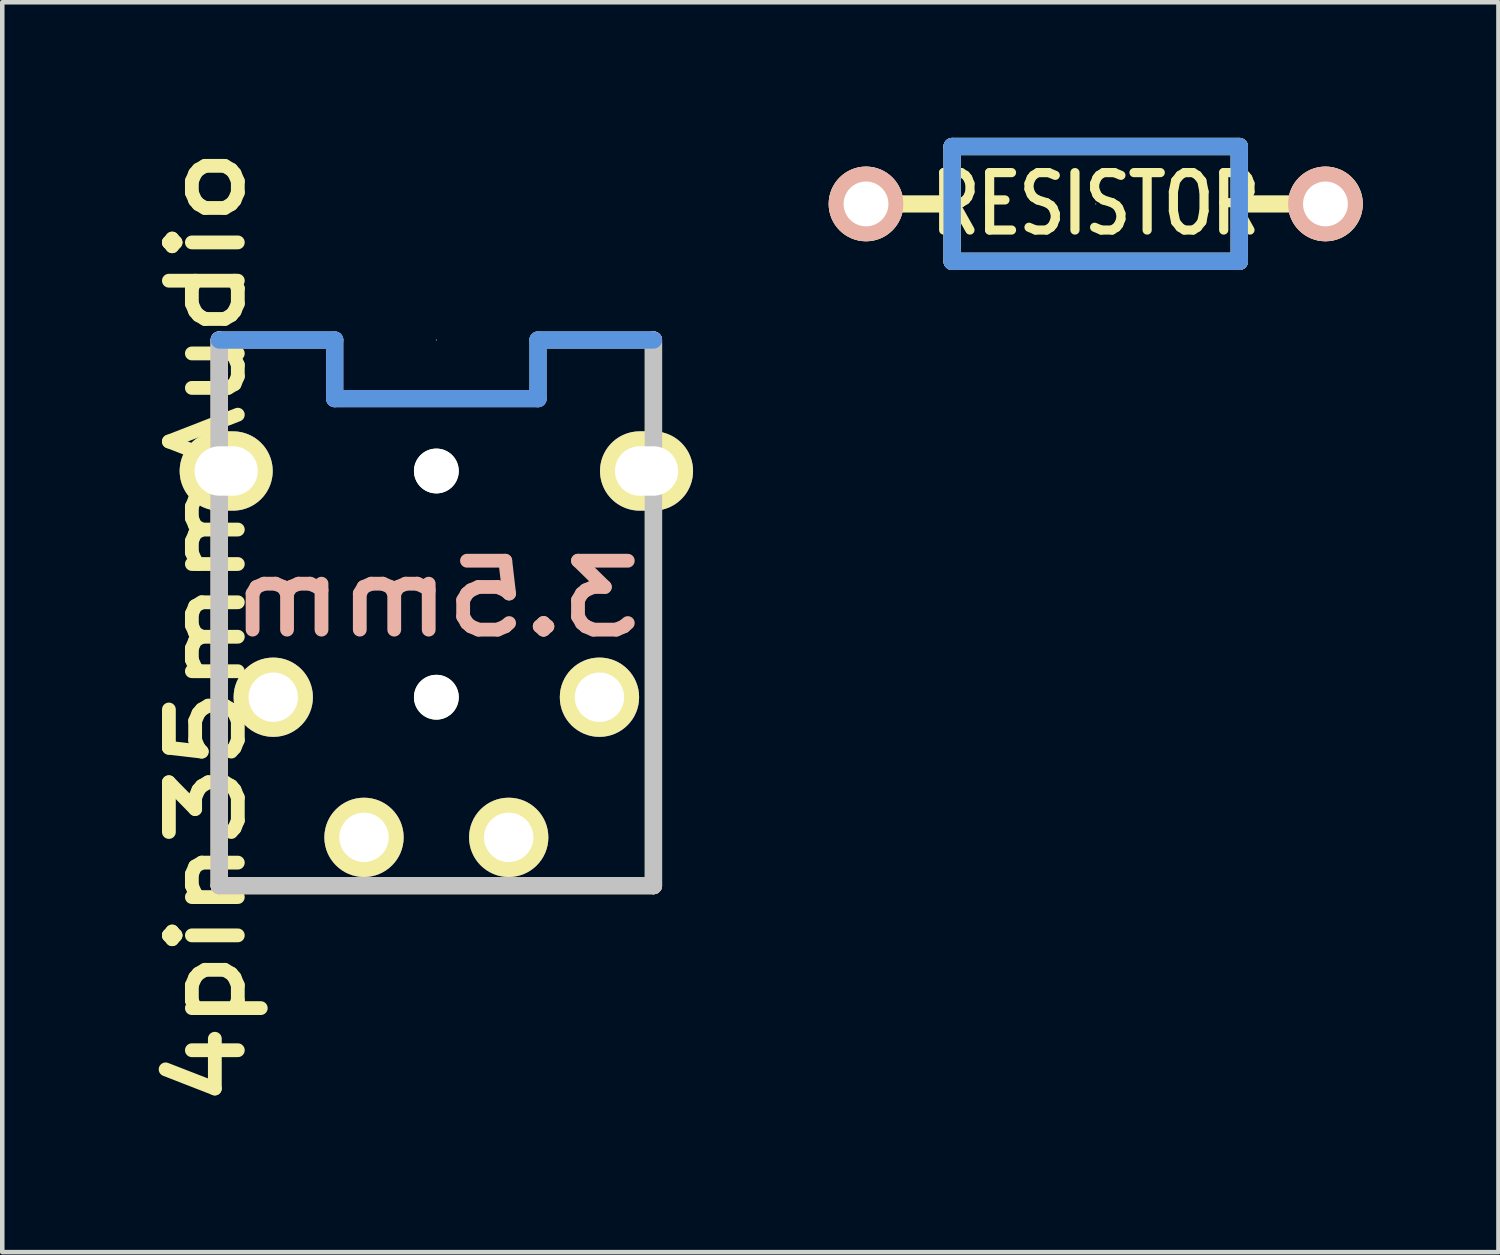
<source format=kicad_pcb>
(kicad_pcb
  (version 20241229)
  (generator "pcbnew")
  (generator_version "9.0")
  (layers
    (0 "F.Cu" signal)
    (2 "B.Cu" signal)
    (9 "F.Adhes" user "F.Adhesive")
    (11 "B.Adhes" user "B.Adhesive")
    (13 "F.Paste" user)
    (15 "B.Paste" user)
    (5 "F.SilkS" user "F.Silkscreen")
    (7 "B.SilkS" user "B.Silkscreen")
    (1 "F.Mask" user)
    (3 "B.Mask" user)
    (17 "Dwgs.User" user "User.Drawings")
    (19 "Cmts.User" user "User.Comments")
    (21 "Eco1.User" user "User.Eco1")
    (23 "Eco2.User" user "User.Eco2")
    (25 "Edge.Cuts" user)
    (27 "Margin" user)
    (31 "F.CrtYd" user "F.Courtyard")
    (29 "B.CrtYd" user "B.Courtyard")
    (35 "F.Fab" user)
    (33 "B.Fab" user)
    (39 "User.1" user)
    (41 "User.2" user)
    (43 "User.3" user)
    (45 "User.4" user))
  (footprint "4pin35mmAudio"
    (layer "F.Cu")
    (at 0.25 10.82)
    (property "Reference" "4pin35mmAudio" (at 1.27 0 90) (layer "F.SilkS") (effects (font (size 1.524 1.778) (thickness 0.305))))
    (attr through_hole)
    (fp_line (start 1.549 5.715) (end 1.549 -6.35) (stroke (width 0.381) (type solid)) (layer "F.SilkS"))
    (fp_line (start 11.151 -6.35) (end 11.151 5.715) (stroke (width 0.381) (type solid)) (layer "F.SilkS"))
    (fp_line (start 11.151 5.715) (end 1.549 5.715) (stroke (width 0.381) (type solid)) (layer "F.SilkS"))
    (fp_line (start 1.549 5.715) (end 1.549 -6.35) (stroke (width 0.381) (type solid)) (layer "B.SilkS"))
    (fp_line (start 11.151 -6.35) (end 11.151 5.715) (stroke (width 0.381) (type solid)) (layer "B.SilkS"))
    (fp_line (start 11.151 5.715) (end 1.549 5.715) (stroke (width 0.381) (type solid)) (layer "B.SilkS"))
    (fp_line (start 1.549 -6.35) (end 1.549 5.715) (stroke (width 0.381) (type solid)) (layer "Dwgs.User"))
    (fp_line (start 1.549 5.715) (end 11.151 5.715) (stroke (width 0.381) (type solid)) (layer "Dwgs.User"))
    (fp_line (start 4.102 -6.35) (end 1.549 -6.35) (stroke (width 0.381) (type solid)) (layer "Dwgs.User"))
    (fp_line (start 4.102 -5.055) (end 4.102 -6.35) (stroke (width 0.381) (type solid)) (layer "Dwgs.User"))
    (fp_line (start 6.35 -6.35) (end 6.35 -6.35) (stroke (width 0.025) (type solid)) (layer "Dwgs.User"))
    (fp_line (start 8.598 -6.35) (end 8.598 -5.055) (stroke (width 0.381) (type solid)) (layer "Dwgs.User"))
    (fp_line (start 8.598 -5.055) (end 4.102 -5.055) (stroke (width 0.381) (type solid)) (layer "Dwgs.User"))
    (fp_line (start 11.151 -6.35) (end 8.598 -6.35) (stroke (width 0.381) (type solid)) (layer "Dwgs.User"))
    (fp_line (start 11.151 5.715) (end 11.151 -6.35) (stroke (width 0.381) (type solid)) (layer "Dwgs.User"))
    (fp_line (start 1.549 -6.35) (end 4.102 -6.35) (stroke (width 0.381) (type solid)) (layer "Cmts.User"))
    (fp_line (start 4.102 -5.055) (end 4.102 -6.35) (stroke (width 0.381) (type solid)) (layer "Cmts.User"))
    (fp_line (start 8.598 -6.35) (end 8.598 -5.055) (stroke (width 0.381) (type solid)) (layer "Cmts.User"))
    (fp_line (start 8.598 -6.35) (end 11.151 -6.35) (stroke (width 0.381) (type solid)) (layer "Cmts.User"))
    (fp_line (start 8.598 -5.055) (end 4.102 -5.055) (stroke (width 0.381) (type solid)) (layer "Cmts.User"))
    (fp_text user "3.5mm" (at 6.35 -0.635 0) (layer "B.SilkS") (effects (font (size 1.524 1.778) (thickness 0.305)) (justify mirror)))
    (pad "" np_thru_hole circle (at 6.35 -3.454 270) (size 0.991 0.991) (drill 0.991) (layers "*.Cu" "*.Mask" "F.SilkS"))
    (pad "" np_thru_hole circle (at 6.35 1.549 270) (size 0.991 0.991) (drill 0.991) (layers "*.Cu" "*.Mask" "F.SilkS"))
    (pad "1" thru_hole oval (at 10.998 -3.454 270) (size 1.753 2.057) (drill oval 1.092 1.397) (layers "*.Cu" "*.Mask" "F.SilkS"))
    (pad "2" thru_hole circle (at 2.743 1.549 270) (size 1.753 1.753) (drill 1.092) (layers "*.Cu" "*.Mask" "F.SilkS"))
    (pad "3" thru_hole circle (at 7.95 4.648 270) (size 1.753 1.753) (drill 1.092) (layers "*.Cu" "*.Mask" "F.SilkS"))
    (pad "4" thru_hole oval (at 1.702 -3.454 270) (size 1.753 2.057) (drill oval 1.092 1.397) (layers "*.Cu" "*.Mask" "F.SilkS"))
    (pad "5" thru_hole circle (at 4.75 4.648 270) (size 1.753 1.753) (drill 1.092) (layers "*.Cu" "*.Mask" "F.SilkS"))
    (pad "6" thru_hole circle (at 9.957 1.549 270) (size 1.753 1.753) (drill 1.092) (layers "*.Cu" "*.Mask" "F.SilkS")))
  (footprint "RESISTOR"
    (layer "F.Cu")
    (at 21.182 1.46)
    (property "Reference" "RESISTOR" (at 0 0 180) (layer "F.SilkS") (effects (font (size 1.27 1.016) (thickness 0.203))))
    (attr through_hole)
    (fp_line (start -5.08 0) (end -3.175 0) (stroke (width 0.381) (type solid)) (layer "F.SilkS"))
    (fp_line (start -3.175 -1.27) (end 3.175 -1.27) (stroke (width 0.381) (type solid)) (layer "F.SilkS"))
    (fp_line (start -3.175 1.27) (end -3.175 -1.27) (stroke (width 0.381) (type solid)) (layer "F.SilkS"))
    (fp_line (start 3.175 -1.27) (end 3.175 1.27) (stroke (width 0.381) (type solid)) (layer "F.SilkS"))
    (fp_line (start 3.175 1.27) (end -3.175 1.27) (stroke (width 0.381) (type solid)) (layer "F.SilkS"))
    (fp_line (start 5.08 0) (end 3.175 0) (stroke (width 0.381) (type solid)) (layer "F.SilkS"))
    (fp_line (start -3.175 -1.27) (end 3.175 -1.27) (stroke (width 0.381) (type solid)) (layer "Dwgs.User"))
    (fp_line (start -3.175 1.27) (end -3.175 -1.27) (stroke (width 0.381) (type solid)) (layer "Dwgs.User"))
    (fp_line (start 0 0) (end 0 0) (stroke (width 0.025) (type solid)) (layer "Dwgs.User"))
    (fp_line (start 3.175 -1.27) (end 3.175 1.27) (stroke (width 0.381) (type solid)) (layer "Dwgs.User"))
    (fp_line (start 3.175 1.27) (end -3.175 1.27) (stroke (width 0.381) (type solid)) (layer "Dwgs.User"))
    (fp_line (start -3.175 -1.27) (end 3.175 -1.27) (stroke (width 0.381) (type solid)) (layer "Cmts.User"))
    (fp_line (start -3.175 1.27) (end -3.175 -1.27) (stroke (width 0.381) (type solid)) (layer "Cmts.User"))
    (fp_line (start 3.175 -1.27) (end 3.175 1.27) (stroke (width 0.381) (type solid)) (layer "Cmts.User"))
    (fp_line (start 3.175 1.27) (end -3.175 1.27) (stroke (width 0.381) (type solid)) (layer "Cmts.User"))
    (pad "1" thru_hole circle (at -5.08 0) (size 1.651 1.651) (drill 0.991) (layers "*.Cu" "*.SilkS" "*.Mask"))
    (pad "2" thru_hole circle (at 5.08 0) (size 1.651 1.651) (drill 0.991) (layers "*.Cu" "*.SilkS" "*.Mask")))
  (gr_rect
    (start -3 -3)
    (end 30.088 24.641)
    (stroke (width 0.1) (type default))
    (fill no)
    (layer "Edge.Cuts")))
</source>
